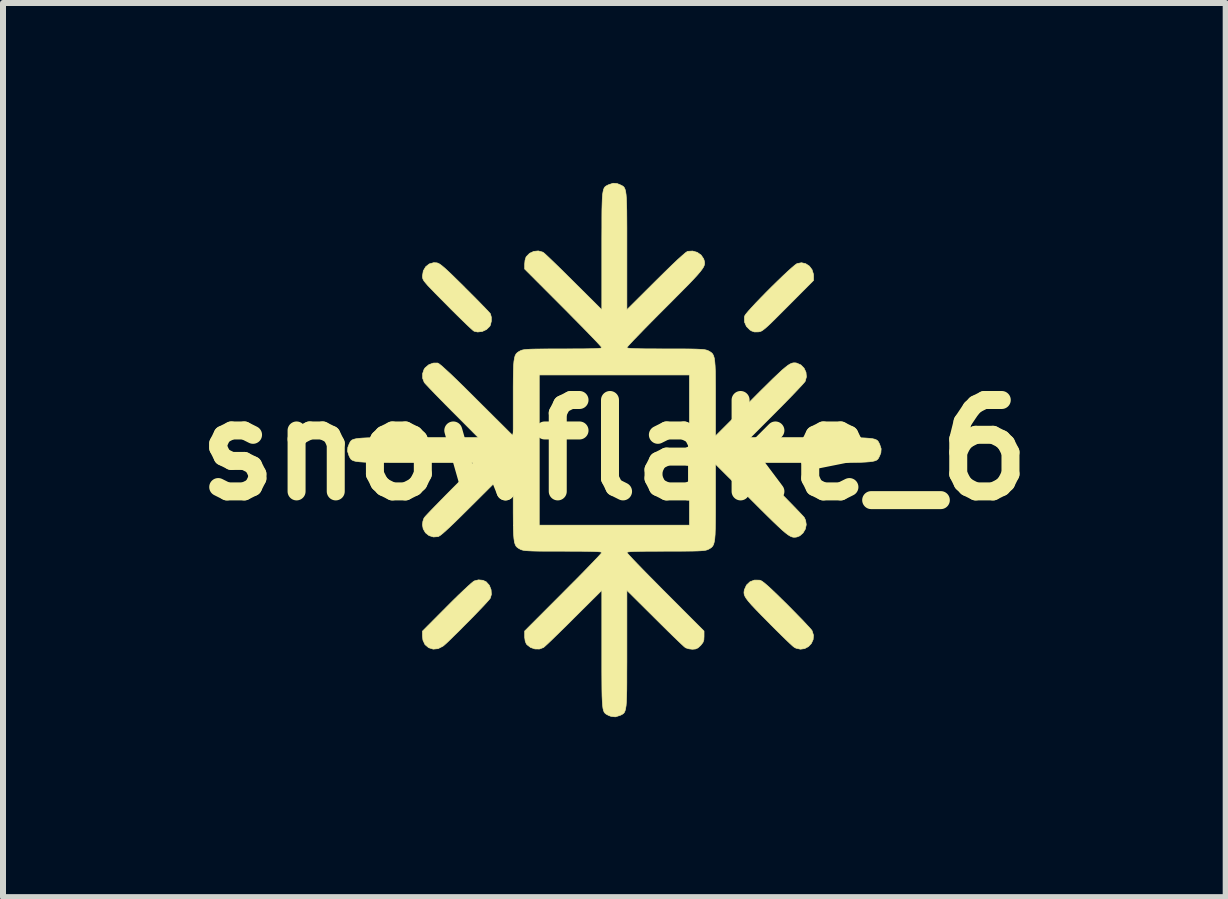
<source format=kicad_pcb>
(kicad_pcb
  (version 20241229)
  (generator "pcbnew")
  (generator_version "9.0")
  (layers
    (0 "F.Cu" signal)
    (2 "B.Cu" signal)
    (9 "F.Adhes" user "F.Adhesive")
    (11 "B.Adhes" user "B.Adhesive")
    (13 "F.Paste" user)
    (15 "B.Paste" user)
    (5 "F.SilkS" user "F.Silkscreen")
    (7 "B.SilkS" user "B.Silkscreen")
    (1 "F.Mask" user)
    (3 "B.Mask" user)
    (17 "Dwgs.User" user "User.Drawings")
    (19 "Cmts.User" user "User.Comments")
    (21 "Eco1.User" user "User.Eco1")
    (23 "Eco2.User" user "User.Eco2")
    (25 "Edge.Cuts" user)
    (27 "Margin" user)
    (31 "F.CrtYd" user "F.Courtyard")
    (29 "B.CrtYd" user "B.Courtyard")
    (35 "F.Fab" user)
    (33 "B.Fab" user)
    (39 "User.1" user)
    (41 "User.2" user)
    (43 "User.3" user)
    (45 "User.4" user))
  (footprint "snowflake_6"
    (layer "F.Cu")
    (at 7.192 4.453)
    (property "Reference" "snowflake_6" (at 0 0 0) (layer "F.SilkS") (effects (font (size 1.524 1.524) (thickness 0.3))))
    (attr through_hole)
    (fp_poly (pts (xy -2.192 2.171) (xy -2.137 2.196) (xy -2.084 2.255) (xy -2.055 2.329) (xy -2.05 2.408) (xy -2.069 2.471) (xy -2.088 2.495) (xy -2.127 2.539) (xy -2.184 2.601) (xy -2.254 2.674) (xy -2.334 2.757) (xy -2.42 2.845) (xy -2.508 2.933) (xy -2.594 3.02) (xy -2.675 3.099) (xy -2.746 3.169) (xy -2.804 3.224) (xy -2.846 3.261) (xy -2.858 3.27) (xy -2.938 3.311) (xy -3.02 3.319) (xy -3.096 3.295) (xy -3.157 3.243) (xy -3.191 3.17) (xy -3.199 3.101) (xy -3.199 3.019) (xy -2.796 2.614) (xy -2.697 2.515) (xy -2.603 2.423) (xy -2.517 2.341) (xy -2.444 2.273) (xy -2.387 2.222) (xy -2.348 2.19) (xy -2.335 2.182) (xy -2.265 2.164) (xy -2.192 2.171)) (stroke (width 0.01) (type solid)) (fill yes) (layer "F.SilkS"))
    (fp_poly (pts (xy 3.19 -3.107) (xy 3.251 -3.067) (xy 3.296 -3.007) (xy 3.319 -2.933) (xy 3.321 -2.908) (xy 3.321 -2.828) (xy 2.898 -2.403) (xy 2.784 -2.289) (xy 2.693 -2.198) (xy 2.62 -2.126) (xy 2.563 -2.072) (xy 2.518 -2.032) (xy 2.484 -2.005) (xy 2.458 -1.987) (xy 2.435 -1.977) (xy 2.415 -1.972) (xy 2.398 -1.97) (xy 2.337 -1.969) (xy 2.287 -1.986) (xy 2.26 -2.003) (xy 2.202 -2.061) (xy 2.17 -2.134) (xy 2.168 -2.212) (xy 2.174 -2.238) (xy 2.192 -2.266) (xy 2.231 -2.313) (xy 2.289 -2.377) (xy 2.36 -2.454) (xy 2.443 -2.54) (xy 2.532 -2.631) (xy 2.624 -2.723) (xy 2.717 -2.814) (xy 2.805 -2.899) (xy 2.885 -2.974) (xy 2.954 -3.036) (xy 3.008 -3.082) (xy 3.043 -3.107) (xy 3.047 -3.109) (xy 3.12 -3.123) (xy 3.19 -3.107)) (stroke (width 0.01) (type solid)) (fill yes) (layer "F.SilkS"))
    (fp_poly (pts (xy 2.418 2.169) (xy 2.435 2.173) (xy 2.461 2.186) (xy 2.5 2.215) (xy 2.554 2.261) (xy 2.625 2.326) (xy 2.714 2.411) (xy 2.825 2.52) (xy 2.883 2.577) (xy 2.979 2.674) (xy 3.069 2.766) (xy 3.148 2.847) (xy 3.213 2.917) (xy 3.262 2.97) (xy 3.29 3.003) (xy 3.296 3.011) (xy 3.32 3.087) (xy 3.314 3.16) (xy 3.284 3.225) (xy 3.236 3.276) (xy 3.173 3.31) (xy 3.102 3.32) (xy 3.028 3.303) (xy 2.999 3.288) (xy 2.974 3.268) (xy 2.928 3.226) (xy 2.865 3.166) (xy 2.788 3.091) (xy 2.7 3.004) (xy 2.605 2.909) (xy 2.563 2.866) (xy 2.449 2.751) (xy 2.359 2.658) (xy 2.288 2.583) (xy 2.236 2.523) (xy 2.199 2.475) (xy 2.176 2.436) (xy 2.164 2.403) (xy 2.161 2.373) (xy 2.165 2.343) (xy 2.168 2.328) (xy 2.203 2.251) (xy 2.261 2.196) (xy 2.335 2.168) (xy 2.418 2.169)) (stroke (width 0.01) (type solid)) (fill yes) (layer "F.SilkS"))
    (fp_poly (pts (xy -2.958 -3.121) (xy -2.937 -3.114) (xy -2.911 -3.1) (xy -2.878 -3.076) (xy -2.835 -3.04) (xy -2.779 -2.989) (xy -2.707 -2.921) (xy -2.617 -2.833) (xy -2.505 -2.723) (xy -2.489 -2.706) (xy -2.391 -2.608) (xy -2.3 -2.517) (xy -2.22 -2.435) (xy -2.153 -2.366) (xy -2.103 -2.313) (xy -2.073 -2.28) (xy -2.066 -2.271) (xy -2.051 -2.216) (xy -2.051 -2.148) (xy -2.066 -2.085) (xy -2.077 -2.063) (xy -2.131 -2.01) (xy -2.202 -1.977) (xy -2.279 -1.968) (xy -2.338 -1.981) (xy -2.359 -1.997) (xy -2.4 -2.034) (xy -2.46 -2.09) (xy -2.534 -2.162) (xy -2.621 -2.247) (xy -2.716 -2.341) (xy -2.786 -2.412) (xy -2.897 -2.524) (xy -2.987 -2.615) (xy -3.056 -2.687) (xy -3.109 -2.742) (xy -3.146 -2.785) (xy -3.172 -2.817) (xy -3.187 -2.842) (xy -3.195 -2.863) (xy -3.198 -2.882) (xy -3.199 -2.902) (xy -3.185 -2.988) (xy -3.145 -3.056) (xy -3.086 -3.103) (xy -3.012 -3.124) (xy -2.958 -3.121)) (stroke (width 0.01) (type solid)) (fill yes) (layer "F.SilkS"))
    (fp_poly (pts (xy 0.046 -4.443) (xy 0.094 -4.424) (xy 0.117 -4.413) (xy 0.138 -4.402) (xy 0.155 -4.389) (xy 0.169 -4.37) (xy 0.18 -4.343) (xy 0.189 -4.306) (xy 0.196 -4.256) (xy 0.201 -4.189) (xy 0.204 -4.104) (xy 0.207 -3.997) (xy 0.208 -3.866) (xy 0.209 -3.708) (xy 0.209 -3.521) (xy 0.209 -3.319) (xy 0.209 -2.34) (xy 0.691 -2.82) (xy 0.835 -2.962) (xy 0.956 -3.08) (xy 1.056 -3.175) (xy 1.134 -3.245) (xy 1.188 -3.291) (xy 1.219 -3.312) (xy 1.222 -3.313) (xy 1.305 -3.318) (xy 1.382 -3.296) (xy 1.446 -3.251) (xy 1.489 -3.188) (xy 1.5 -3.152) (xy 1.504 -3.127) (xy 1.504 -3.103) (xy 1.498 -3.077) (xy 1.484 -3.047) (xy 1.461 -3.012) (xy 1.427 -2.968) (xy 1.38 -2.913) (xy 1.318 -2.846) (xy 1.239 -2.763) (xy 1.141 -2.664) (xy 1.023 -2.545) (xy 0.883 -2.404) (xy 0.843 -2.364) (xy 0.721 -2.242) (xy 0.606 -2.126) (xy 0.501 -2.019) (xy 0.409 -1.924) (xy 0.331 -1.844) (xy 0.271 -1.78) (xy 0.23 -1.735) (xy 0.21 -1.711) (xy 0.209 -1.708) (xy 0.216 -1.702) (xy 0.239 -1.698) (xy 0.28 -1.694) (xy 0.343 -1.691) (xy 0.43 -1.689) (xy 0.544 -1.687) (xy 0.687 -1.687) (xy 0.856 -1.686) (xy 1.026 -1.686) (xy 1.164 -1.686) (xy 1.274 -1.685) (xy 1.361 -1.683) (xy 1.427 -1.68) (xy 1.476 -1.677) (xy 1.512 -1.672) (xy 1.538 -1.666) (xy 1.558 -1.659) (xy 1.565 -1.656) (xy 1.594 -1.64) (xy 1.619 -1.623) (xy 1.639 -1.602) (xy 1.654 -1.572) (xy 1.666 -1.532) (xy 1.674 -1.476) (xy 1.68 -1.403) (xy 1.684 -1.308) (xy 1.685 -1.189) (xy 1.686 -1.041) (xy 1.686 -0.869) (xy 1.686 -0.235) (xy 2.282 -0.83) (xy 2.424 -0.973) (xy 2.545 -1.092) (xy 2.645 -1.191) (xy 2.729 -1.27) (xy 2.796 -1.333) (xy 2.852 -1.38) (xy 2.896 -1.414) (xy 2.932 -1.436) (xy 2.963 -1.449) (xy 2.989 -1.454) (xy 3.015 -1.454) (xy 3.04 -1.45) (xy 3.11 -1.419) (xy 3.163 -1.365) (xy 3.195 -1.296) (xy 3.202 -1.22) (xy 3.181 -1.145) (xy 3.164 -1.124) (xy 3.126 -1.081) (xy 3.068 -1.019) (xy 2.995 -0.942) (xy 2.909 -0.853) (xy 2.813 -0.755) (xy 2.715 -0.656) (xy 2.27 -0.209) (xy 3.284 -0.209) (xy 3.505 -0.209) (xy 3.694 -0.209) (xy 3.853 -0.208) (xy 3.986 -0.207) (xy 4.094 -0.205) (xy 4.181 -0.201) (xy 4.249 -0.196) (xy 4.301 -0.19) (xy 4.34 -0.181) (xy 4.367 -0.17) (xy 4.387 -0.157) (xy 4.4 -0.141) (xy 4.411 -0.121) (xy 4.422 -0.098) (xy 4.424 -0.094) (xy 4.448 -0.021) (xy 4.443 0.046) (xy 4.424 0.094) (xy 4.413 0.117) (xy 4.403 0.137) (xy 4.39 0.154) (xy 4.372 0.168) (xy 4.346 0.179) (xy 4.309 0.188) (xy 4.26 0.195) (xy 4.195 0.2) (xy 4.112 0.204) (xy 4.008 0.206) (xy 3.88 0.208) (xy 3.726 0.208) (xy 3.543 0.209) (xy 3.328 0.209) (xy 3.283 0.209) (xy 2.269 0.209) (xy 2.706 0.648) (xy 2.808 0.751) (xy 2.903 0.848) (xy 2.989 0.936) (xy 3.061 1.011) (xy 3.118 1.071) (xy 3.156 1.112) (xy 3.17 1.13) (xy 3.189 1.175) (xy 3.198 1.233) (xy 3.199 1.246) (xy 3.184 1.317) (xy 3.146 1.382) (xy 3.091 1.43) (xy 3.044 1.449) (xy 3.017 1.453) (xy 2.991 1.454) (xy 2.964 1.449) (xy 2.933 1.436) (xy 2.897 1.414) (xy 2.852 1.38) (xy 2.797 1.333) (xy 2.73 1.271) (xy 2.647 1.192) (xy 2.547 1.094) (xy 2.427 0.975) (xy 2.285 0.833) (xy 2.282 0.83) (xy 1.686 0.235) (xy 1.686 0.869) (xy 1.686 1.047) (xy 1.685 1.194) (xy 1.683 1.312) (xy 1.68 1.406) (xy 1.674 1.479) (xy 1.665 1.534) (xy 1.654 1.574) (xy 1.638 1.603) (xy 1.618 1.624) (xy 1.593 1.641) (xy 1.565 1.656) (xy 1.546 1.664) (xy 1.523 1.67) (xy 1.491 1.675) (xy 1.447 1.679) (xy 1.388 1.682) (xy 1.309 1.684) (xy 1.208 1.685) (xy 1.081 1.686) (xy 0.924 1.686) (xy 0.856 1.686) (xy 0.681 1.687) (xy 0.537 1.687) (xy 0.423 1.689) (xy 0.336 1.691) (xy 0.274 1.694) (xy 0.234 1.698) (xy 0.213 1.703) (xy 0.209 1.708) (xy 0.221 1.724) (xy 0.255 1.762) (xy 0.309 1.82) (xy 0.381 1.895) (xy 0.469 1.986) (xy 0.57 2.089) (xy 0.682 2.202) (xy 0.802 2.324) (xy 0.852 2.374) (xy 1.495 3.018) (xy 1.495 3.107) (xy 1.492 3.166) (xy 1.477 3.208) (xy 1.444 3.251) (xy 1.437 3.259) (xy 1.394 3.298) (xy 1.355 3.316) (xy 1.303 3.321) (xy 1.301 3.321) (xy 1.243 3.314) (xy 1.192 3.298) (xy 1.182 3.292) (xy 1.16 3.274) (xy 1.117 3.234) (xy 1.055 3.175) (xy 0.977 3.1) (xy 0.887 3.012) (xy 0.788 2.914) (xy 0.682 2.809) (xy 0.674 2.801) (xy 0.209 2.339) (xy 0.209 3.318) (xy 0.209 3.535) (xy 0.208 3.72) (xy 0.208 3.876) (xy 0.207 4.005) (xy 0.204 4.11) (xy 0.201 4.194) (xy 0.196 4.26) (xy 0.188 4.309) (xy 0.179 4.346) (xy 0.168 4.372) (xy 0.154 4.39) (xy 0.136 4.403) (xy 0.116 4.414) (xy 0.094 4.424) (xy 0.017 4.448) (xy -0.055 4.44) (xy -0.097 4.424) (xy -0.12 4.412) (xy -0.139 4.401) (xy -0.156 4.387) (xy -0.17 4.369) (xy -0.181 4.342) (xy -0.19 4.304) (xy -0.196 4.253) (xy -0.201 4.186) (xy -0.205 4.1) (xy -0.207 3.993) (xy -0.208 3.861) (xy -0.209 3.703) (xy -0.209 3.515) (xy -0.209 3.318) (xy -0.209 2.339) (xy -0.674 2.801) (xy -0.78 2.907) (xy -0.88 3.005) (xy -0.971 3.094) (xy -1.049 3.17) (xy -1.112 3.23) (xy -1.157 3.271) (xy -1.181 3.292) (xy -1.182 3.292) (xy -1.248 3.317) (xy -1.324 3.316) (xy -1.397 3.291) (xy -1.456 3.245) (xy -1.468 3.23) (xy -1.486 3.186) (xy -1.495 3.123) (xy -1.495 3.104) (xy -1.495 3.017) (xy -0.852 2.373) (xy -0.729 2.249) (xy -0.613 2.133) (xy -0.507 2.025) (xy -0.414 1.929) (xy -0.336 1.848) (xy -0.274 1.783) (xy -0.231 1.736) (xy -0.21 1.711) (xy -0.209 1.708) (xy -0.216 1.702) (xy -0.241 1.697) (xy -0.285 1.694) (xy -0.351 1.691) (xy -0.442 1.689) (xy -0.56 1.687) (xy -0.708 1.687) (xy -0.856 1.686) (xy -1.026 1.686) (xy -1.164 1.686) (xy -1.274 1.685) (xy -1.361 1.683) (xy -1.427 1.68) (xy -1.476 1.677) (xy -1.512 1.672) (xy -1.538 1.666) (xy -1.558 1.659) (xy -1.565 1.656) (xy -1.594 1.64) (xy -1.619 1.623) (xy -1.639 1.602) (xy -1.654 1.572) (xy -1.666 1.532) (xy -1.674 1.476) (xy -1.68 1.403) (xy -1.684 1.308) (xy -1.685 1.189) (xy -1.686 1.041) (xy -1.686 0.869) (xy -1.686 0.235) (xy -2.282 0.83) (xy -2.429 0.976) (xy -2.553 1.099) (xy -2.656 1.2) (xy -2.741 1.281) (xy -2.809 1.344) (xy -2.861 1.39) (xy -2.9 1.421) (xy -2.927 1.438) (xy -2.938 1.443) (xy -3.017 1.449) (xy -3.09 1.426) (xy -3.149 1.379) (xy -3.187 1.313) (xy -3.199 1.246) (xy -3.192 1.188) (xy -3.175 1.138) (xy -3.17 1.13) (xy -3.152 1.107) (xy -3.112 1.064) (xy -3.053 1.002) (xy -2.978 0.925) (xy -2.891 0.836) (xy -2.795 0.738) (xy -2.706 0.648) (xy -2.269 0.209) (xy -3.283 0.209) (xy -3.504 0.209) (xy -3.693 0.209) (xy -3.853 0.208) (xy -3.985 0.207) (xy -4.094 0.205) (xy -4.181 0.201) (xy -4.249 0.196) (xy -4.301 0.19) (xy -4.34 0.181) (xy -4.367 0.17) (xy -4.387 0.157) (xy -4.4 0.141) (xy -4.411 0.121) (xy -4.422 0.098) (xy -4.424 0.094) (xy -4.448 0.021) (xy -4.443 -0.046) (xy -4.424 -0.094) (xy -4.413 -0.117) (xy -4.403 -0.137) (xy -4.39 -0.154) (xy -4.372 -0.168) (xy -4.346 -0.179) (xy -4.309 -0.188) (xy -4.26 -0.195) (xy -4.195 -0.2) (xy -4.112 -0.204) (xy -4.008 -0.206) (xy -3.88 -0.208) (xy -3.726 -0.208) (xy -3.543 -0.209) (xy -3.328 -0.209) (xy -3.283 -0.209) (xy -2.269 -0.209) (xy -2.706 -0.648) (xy -2.808 -0.751) (xy -2.903 -0.848) (xy -2.989 -0.936) (xy -3.061 -1.011) (xy -3.118 -1.071) (xy -3.156 -1.112) (xy -3.17 -1.13) (xy -3.196 -1.197) (xy -3.197 -1.273) (xy -3.173 -1.344) (xy -3.155 -1.371) (xy -3.094 -1.422) (xy -3.02 -1.45) (xy -2.948 -1.451) (xy -2.944 -1.45) (xy -2.921 -1.437) (xy -2.877 -1.402) (xy -2.814 -1.345) (xy -2.729 -1.267) (xy -2.623 -1.165) (xy -2.494 -1.039) (xy -2.343 -0.889) (xy -2.291 -0.837) (xy -1.686 -0.235) (xy -1.686 -0.87) (xy -1.686 -1.048) (xy -1.685 -1.194) (xy -1.684 -1.252) (xy -1.252 -1.252) (xy -1.252 1.252) (xy 1.252 1.252) (xy 1.252 -1.252) (xy -1.252 -1.252) (xy -1.684 -1.252) (xy -1.683 -1.313) (xy -1.68 -1.406) (xy -1.674 -1.479) (xy -1.665 -1.534) (xy -1.654 -1.574) (xy -1.638 -1.603) (xy -1.618 -1.624) (xy -1.593 -1.641) (xy -1.565 -1.656) (xy -1.546 -1.664) (xy -1.523 -1.67) (xy -1.491 -1.675) (xy -1.447 -1.679) (xy -1.388 -1.682) (xy -1.309 -1.684) (xy -1.208 -1.685) (xy -1.081 -1.686) (xy -0.924 -1.686) (xy -0.856 -1.686) (xy -0.681 -1.687) (xy -0.537 -1.687) (xy -0.423 -1.689) (xy -0.336 -1.691) (xy -0.274 -1.694) (xy -0.234 -1.698) (xy -0.213 -1.703) (xy -0.209 -1.708) (xy -0.221 -1.724) (xy -0.255 -1.762) (xy -0.309 -1.82) (xy -0.381 -1.895) (xy -0.469 -1.986) (xy -0.57 -2.089) (xy -0.682 -2.202) (xy -0.802 -2.324) (xy -0.852 -2.374) (xy -1.495 -3.018) (xy -1.495 -3.101) (xy -1.489 -3.164) (xy -1.472 -3.218) (xy -1.466 -3.226) (xy -1.413 -3.28) (xy -1.344 -3.312) (xy -1.268 -3.32) (xy -1.198 -3.301) (xy -1.182 -3.292) (xy -1.16 -3.274) (xy -1.117 -3.234) (xy -1.055 -3.175) (xy -0.977 -3.1) (xy -0.887 -3.012) (xy -0.788 -2.914) (xy -0.682 -2.809) (xy -0.674 -2.801) (xy -0.209 -2.339) (xy -0.209 -3.318) (xy -0.209 -3.535) (xy -0.208 -3.72) (xy -0.208 -3.876) (xy -0.207 -4.005) (xy -0.204 -4.11) (xy -0.201 -4.194) (xy -0.196 -4.26) (xy -0.188 -4.309) (xy -0.179 -4.346) (xy -0.168 -4.372) (xy -0.154 -4.39) (xy -0.136 -4.403) (xy -0.116 -4.414) (xy -0.094 -4.424) (xy -0.021 -4.448) (xy 0.046 -4.443)) (stroke (width 0.01) (type solid)) (fill yes) (layer "F.SilkS")))
  (gr_rect
    (start -3 -3)
    (end 17.384 11.906)
    (stroke (width 0.1) (type default))
    (fill no)
    (layer "Edge.Cuts")))
</source>
